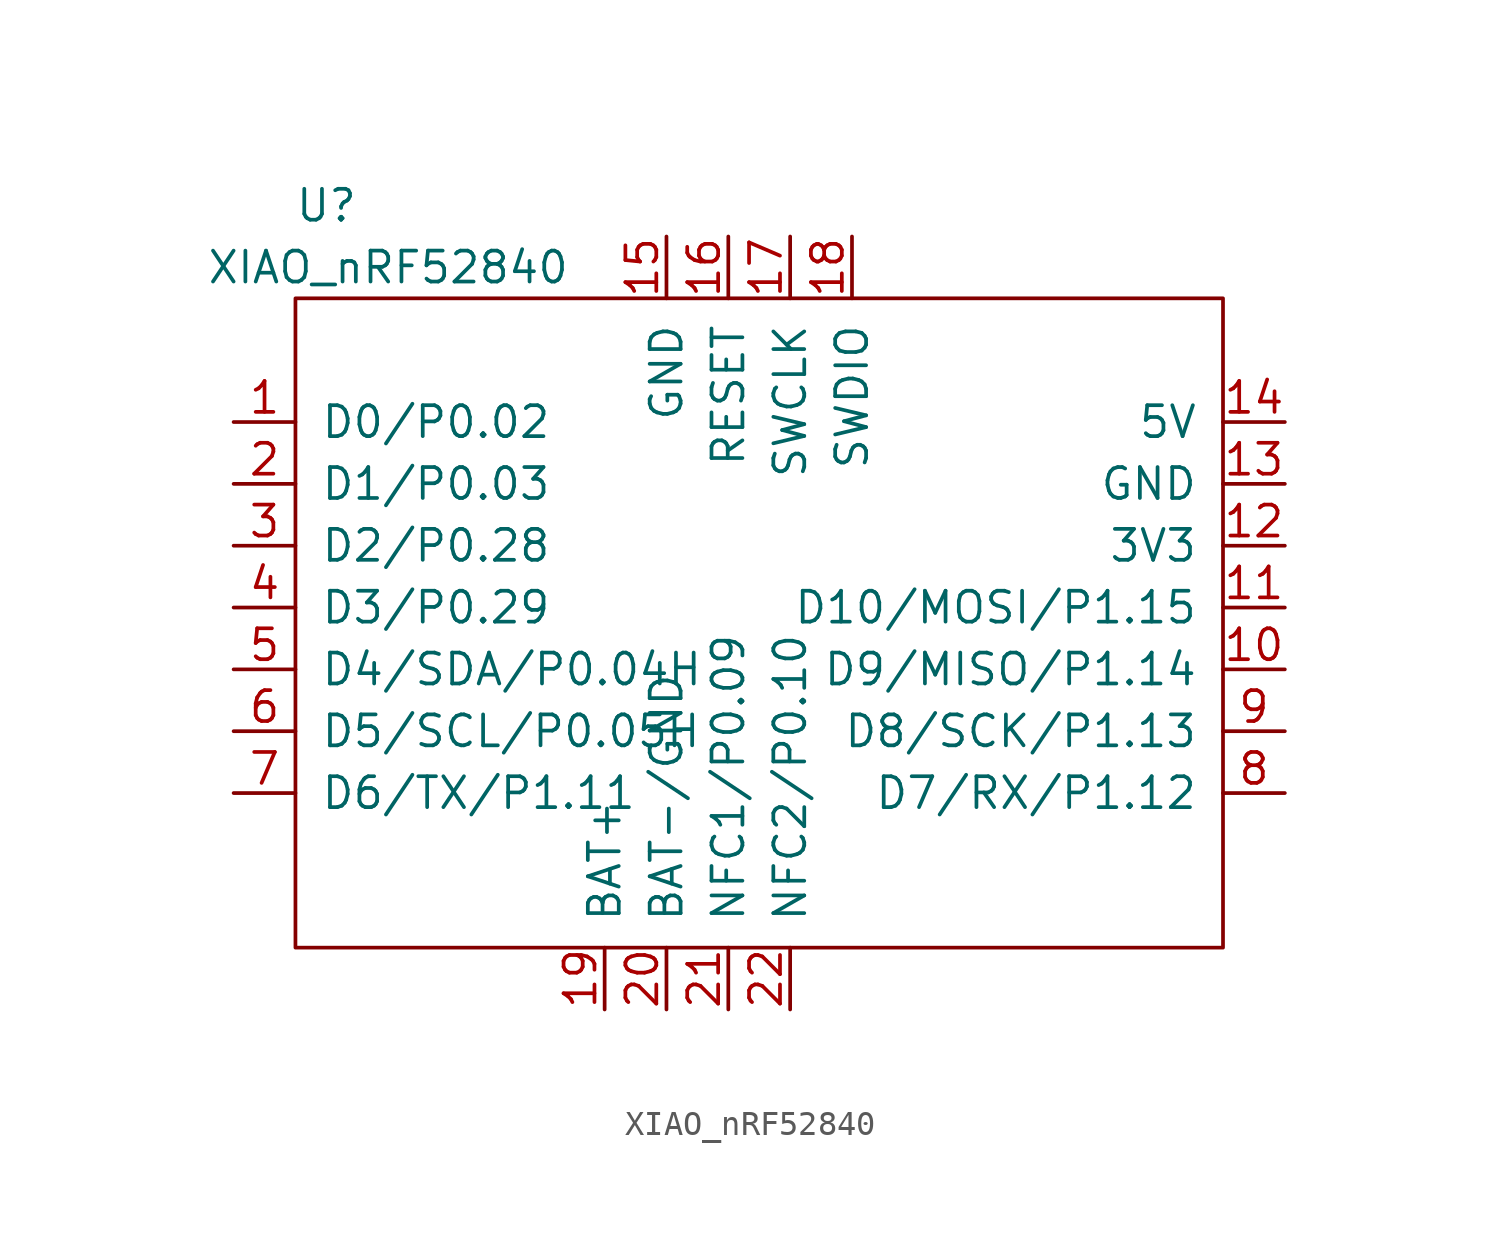
<source format=kicad_sym>
(kicad_symbol_lib
  (version 20220914)
  (generator kicad_symbol_editor)
  (symbol "XIAO_nRF52840"
    (pin_names
      (offset 1.016))
    (property "Reference" "U"
      (at -17.78 16.51 0)
      (effects (font (size 1.27 1.27))))
    (property "Value" "XIAO_nRF52840"
      (at -15.24 13.97 0)
      (effects (font (size 1.27 1.27))))
    (symbol "XIAO_nRF52840_0_1"
      (rectangle (start -19.05 12.7) (end 19.05 -13.97) (stroke (width 0) (type default)) (fill (type none))))
    (symbol "XIAO_nRF52840_1_1"
      (pin bidirectional line (at -21.59 7.62 0) (length 2.54) (name "D0/P0.02" (effects (font (size 1.27 1.27)))) (number "1" (effects (font (size 1.27 1.27)))))
      (pin bidirectional line (at 21.59 -2.54 180) (length 2.54) (name "D9/MISO/P1.14" (effects (font (size 1.27 1.27)))) (number "10" (effects (font (size 1.27 1.27)))))
      (pin bidirectional line (at 21.59 0 180) (length 2.54) (name "D10/MOSI/P1.15" (effects (font (size 1.27 1.27)))) (number "11" (effects (font (size 1.27 1.27)))))
      (pin power_in line (at 21.59 2.54 180) (length 2.54) (name "3V3" (effects (font (size 1.27 1.27)))) (number "12" (effects (font (size 1.27 1.27)))))
      (pin power_in line (at 21.59 5.08 180) (length 2.54) (name "GND" (effects (font (size 1.27 1.27)))) (number "13" (effects (font (size 1.27 1.27)))))
      (pin power_in line (at 21.59 7.62 180) (length 2.54) (name "5V" (effects (font (size 1.27 1.27)))) (number "14" (effects (font (size 1.27 1.27)))))
      (pin power_in line (at -3.81 15.24 270) (length 2.54) (name "GND" (effects (font (size 1.27 1.27)))) (number "15" (effects (font (size 1.27 1.27)))))
      (pin input line (at -1.27 15.24 270) (length 2.54) (name "RESET" (effects (font (size 1.27 1.27)))) (number "16" (effects (font (size 1.27 1.27)))))
      (pin input line (at 1.27 15.24 270) (length 2.54) (name "SWCLK" (effects (font (size 1.27 1.27)))) (number "17" (effects (font (size 1.27 1.27)))))
      (pin input line (at 3.81 15.24 270) (length 2.54) (name "SWDIO" (effects (font (size 1.27 1.27)))) (number "18" (effects (font (size 1.27 1.27)))))
      (pin input line (at -6.35 -16.51 90) (length 2.54) (name "BAT+" (effects (font (size 1.27 1.27)))) (number "19" (effects (font (size 1.27 1.27)))))
      (pin bidirectional line (at -21.59 5.08 0) (length 2.54) (name "D1/P0.03" (effects (font (size 1.27 1.27)))) (number "2" (effects (font (size 1.27 1.27)))))
      (pin input line (at -3.81 -16.51 90) (length 2.54) (name "BAT-/GND" (effects (font (size 1.27 1.27)))) (number "20" (effects (font (size 1.27 1.27)))))
      (pin bidirectional line (at -1.27 -16.51 90) (length 2.54) (name "NFC1/P0.09" (effects (font (size 1.27 1.27)))) (number "21" (effects (font (size 1.27 1.27)))))
      (pin bidirectional line (at 1.27 -16.51 90) (length 2.54) (name "NFC2/P0.10" (effects (font (size 1.27 1.27)))) (number "22" (effects (font (size 1.27 1.27)))))
      (pin bidirectional line (at -21.59 2.54 0) (length 2.54) (name "D2/P0.28" (effects (font (size 1.27 1.27)))) (number "3" (effects (font (size 1.27 1.27)))))
      (pin bidirectional line (at -21.59 0 0) (length 2.54) (name "D3/P0.29" (effects (font (size 1.27 1.27)))) (number "4" (effects (font (size 1.27 1.27)))))
      (pin bidirectional line (at -21.59 -2.54 0) (length 2.54) (name "D4/SDA/P0.04H" (effects (font (size 1.27 1.27)))) (number "5" (effects (font (size 1.27 1.27)))))
      (pin bidirectional line (at -21.59 -5.08 0) (length 2.54) (name "D5/SCL/P0.05H" (effects (font (size 1.27 1.27)))) (number "6" (effects (font (size 1.27 1.27)))))
      (pin bidirectional line (at -21.59 -7.62 0) (length 2.54) (name "D6/TX/P1.11" (effects (font (size 1.27 1.27)))) (number "7" (effects (font (size 1.27 1.27)))))
      (pin bidirectional line (at 21.59 -7.62 180) (length 2.54) (name "D7/RX/P1.12" (effects (font (size 1.27 1.27)))) (number "8" (effects (font (size 1.27 1.27)))))
      (pin bidirectional line (at 21.59 -5.08 180) (length 2.54) (name "D8/SCK/P1.13" (effects (font (size 1.27 1.27)))) (number "9" (effects (font (size 1.27 1.27))))))))
</source>
